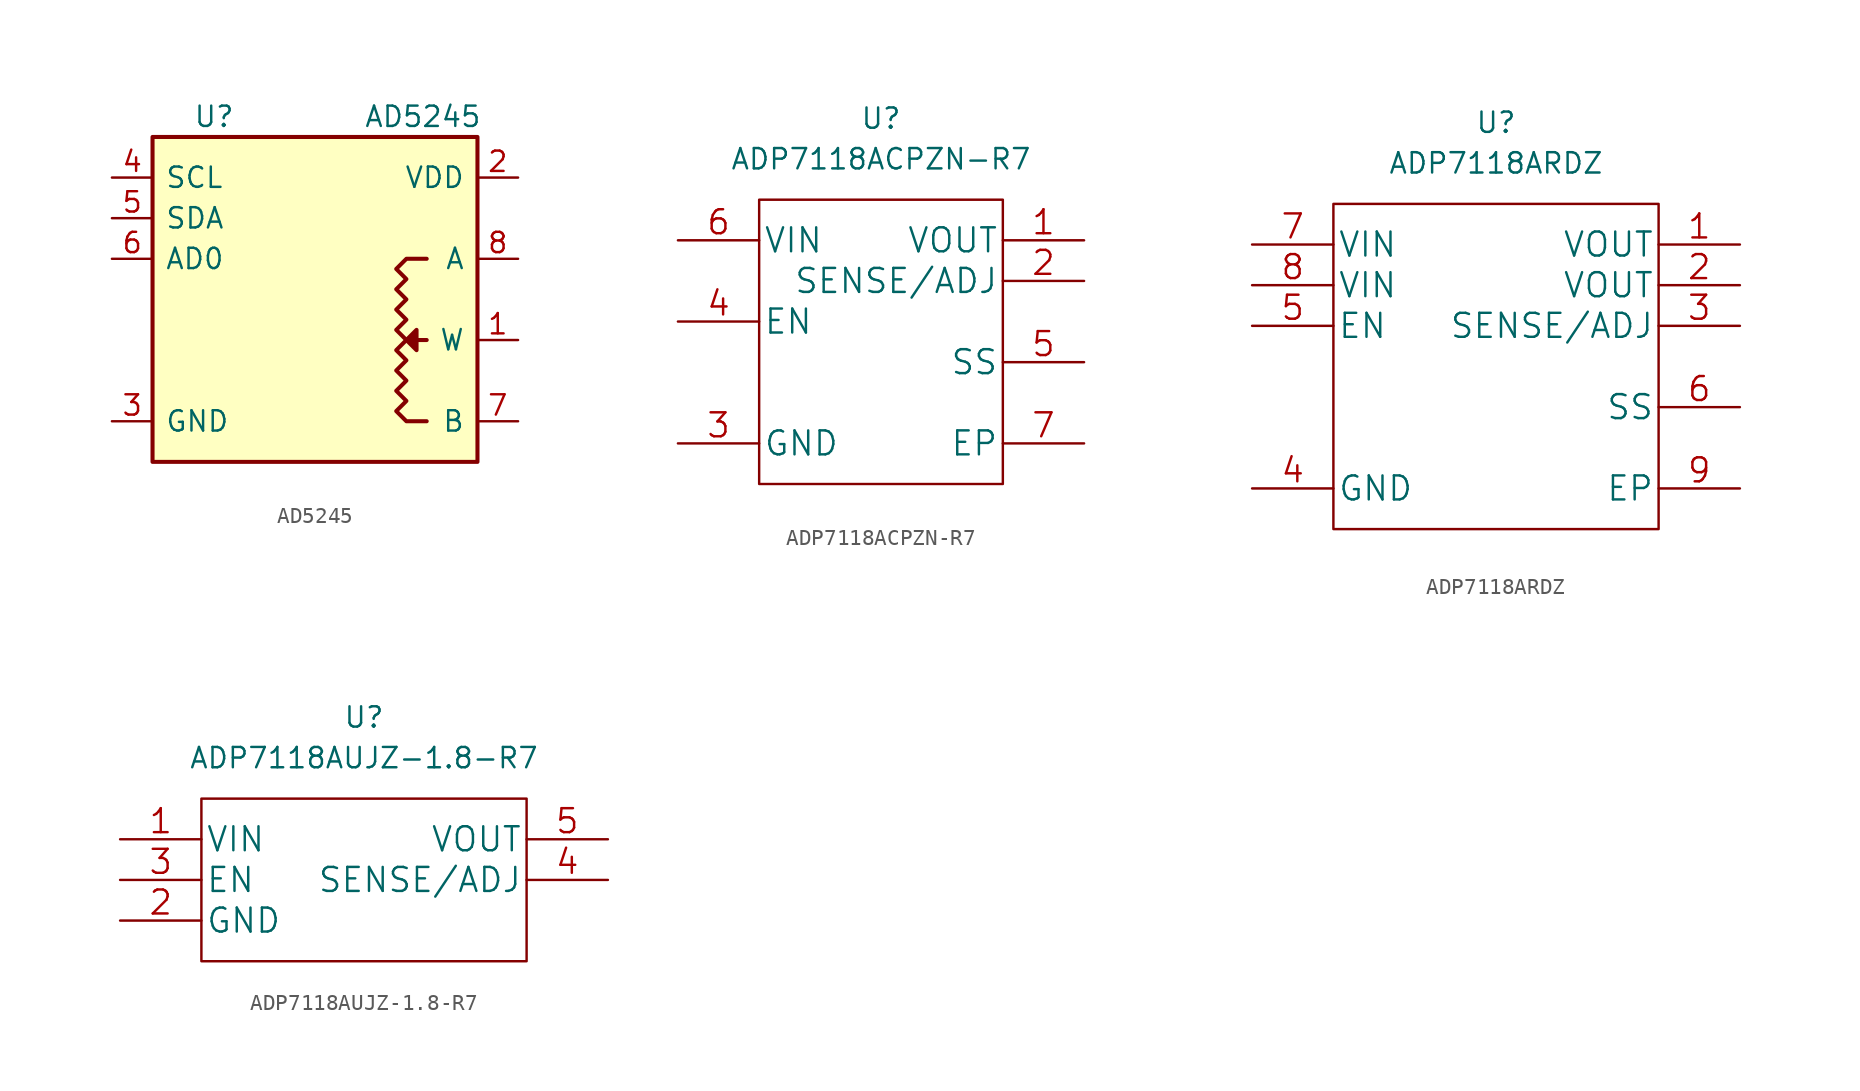
<source format=kicad_sym>
(kicad_symbol_lib
  (version 20231120)
  (generator "kicad_symbol_editor")
  (generator_version "8.0")
  (symbol "AD5245"
    (pin_names
      (offset 0.762))
    (property "Reference" "U"
      (at -7.62 11.43 0)
      (effects (font (size 1.27 1.27)) (justify left)))
    (property "Value" "AD5245"
      (at 3.048 11.43 0)
      (effects (font (size 1.27 1.27)) (justify left)))
    (symbol "AD5245_0_1"
      (rectangle (start -10.16 10.16) (end 10.16 -10.16) (stroke (width 0.254) (type default)) (fill (type background)))
      (polyline (pts (xy 6.985 -2.54) (xy 6.35 -2.54) (xy 5.715 -2.54) (xy 6.35 -1.905) (xy 6.35 -3.175) (xy 5.715 -2.54)) (stroke (width 0.254) (type default)) (fill (type outline))))
    (symbol "AD5245_1_1"
      (polyline (pts (xy 6.985 2.54) (xy 5.715 2.54) (xy 5.08 1.905) (xy 5.715 1.27) (xy 5.08 0.635) (xy 5.715 0) (xy 5.08 -0.635) (xy 5.715 -1.27) (xy 5.08 -1.905) (xy 5.715 -2.54) (xy 5.08 -3.175) (xy 5.715 -3.81) (xy 5.08 -4.445) (xy 5.715 -5.08) (xy 5.08 -5.715) (xy 5.715 -6.35) (xy 5.08 -6.985) (xy 5.715 -7.62) (xy 6.985 -7.62)) (stroke (width 0.254) (type default)) (fill (type none)))
      (pin passive line (at 12.7 -2.54 180) (length 2.54) (name "W" (effects (font (size 1.27 1.27)))) (number "1" (effects (font (size 1.27 1.27)))))
      (pin power_in line (at 12.7 7.62 180) (length 2.54) (name "VDD" (effects (font (size 1.27 1.27)))) (number "2" (effects (font (size 1.27 1.27)))))
      (pin power_in line (at -12.7 -7.62 0) (length 2.54) (name "GND" (effects (font (size 1.27 1.27)))) (number "3" (effects (font (size 1.27 1.27)))))
      (pin input line (at -12.7 7.62 0) (length 2.54) (name "SCL" (effects (font (size 1.27 1.27)))) (number "4" (effects (font (size 1.27 1.27)))))
      (pin bidirectional line (at -12.7 5.08 0) (length 2.54) (name "SDA" (effects (font (size 1.27 1.27)))) (number "5" (effects (font (size 1.27 1.27)))))
      (pin input line (at -12.7 2.54 0) (length 2.54) (name "AD0" (effects (font (size 1.27 1.27)))) (number "6" (effects (font (size 1.27 1.27)))))
      (pin passive line (at 12.7 -7.62 180) (length 2.54) (name "B" (effects (font (size 1.27 1.27)))) (number "7" (effects (font (size 1.27 1.27)))))
      (pin passive line (at 12.7 2.54 180) (length 2.54) (name "A" (effects (font (size 1.27 1.27)))) (number "8" (effects (font (size 1.27 1.27)))))))
  (symbol "ADP7118ACPZN-R7"
    (pin_names
      (offset 0.254))
    (property "Reference" "U"
      (at 0 12.7 0)
      (effects (font (size 1.27 1.27))))
    (property "Value" "ADP7118ACPZN-R7"
      (at 0 10.16 0)
      (effects (font (size 1.27 1.27))))
    (symbol "ADP7118ACPZN-R7_0_0"
      (rectangle (start -7.62 7.62) (end 7.62 -10.16) (stroke (width 0) (type default)) (fill (type none))))
    (symbol "ADP7118ACPZN-R7_1_0"
      (pin unspecified line (at 12.7 5.08 180) (length 5.08) (name "VOUT" (effects (font (size 1.499 1.499)))) (number "1" (effects (font (size 1.499 1.499)))))
      (pin unspecified line (at 12.7 2.54 180) (length 5.08) (name "SENSE/ADJ" (effects (font (size 1.499 1.499)))) (number "2" (effects (font (size 1.499 1.499)))))
      (pin unspecified line (at -12.7 -7.62 0) (length 5.08) (name "GND" (effects (font (size 1.499 1.499)))) (number "3" (effects (font (size 1.499 1.499)))))
      (pin unspecified line (at -12.7 0 0) (length 5.08) (name "EN" (effects (font (size 1.499 1.499)))) (number "4" (effects (font (size 1.499 1.499)))))
      (pin unspecified line (at 12.7 -2.54 180) (length 5.08) (name "SS" (effects (font (size 1.499 1.499)))) (number "5" (effects (font (size 1.499 1.499)))))
      (pin unspecified line (at -12.7 5.08 0) (length 5.08) (name "VIN" (effects (font (size 1.499 1.499)))) (number "6" (effects (font (size 1.499 1.499)))))
      (pin unspecified line (at 12.7 -7.62 180) (length 5.08) (name "EP" (effects (font (size 1.499 1.499)))) (number "7" (effects (font (size 1.499 1.499)))))))
  (symbol "ADP7118ARDZ"
    (pin_names
      (offset 0.254))
    (property "Reference" "U"
      (at 0 15.24 0)
      (effects (font (size 1.27 1.27))))
    (property "Value" "ADP7118ARDZ"
      (at 0 12.7 0)
      (effects (font (size 1.27 1.27))))
    (symbol "ADP7118ARDZ_0_0"
      (rectangle (start -10.16 10.16) (end 10.16 -10.16) (stroke (width 0) (type default)) (fill (type none))))
    (symbol "ADP7118ARDZ_1_0"
      (pin unspecified line (at 15.24 7.62 180) (length 5.08) (name "VOUT" (effects (font (size 1.499 1.499)))) (number "1" (effects (font (size 1.499 1.499)))))
      (pin unspecified line (at 15.24 5.08 180) (length 5.08) (name "VOUT" (effects (font (size 1.499 1.499)))) (number "2" (effects (font (size 1.499 1.499)))))
      (pin unspecified line (at 15.24 2.54 180) (length 5.08) (name "SENSE/ADJ" (effects (font (size 1.499 1.499)))) (number "3" (effects (font (size 1.499 1.499)))))
      (pin unspecified line (at -15.24 -7.62 0) (length 5.08) (name "GND" (effects (font (size 1.499 1.499)))) (number "4" (effects (font (size 1.499 1.499)))))
      (pin unspecified line (at -15.24 2.54 0) (length 5.08) (name "EN" (effects (font (size 1.499 1.499)))) (number "5" (effects (font (size 1.499 1.499)))))
      (pin unspecified line (at 15.24 -2.54 180) (length 5.08) (name "SS" (effects (font (size 1.499 1.499)))) (number "6" (effects (font (size 1.499 1.499)))))
      (pin unspecified line (at -15.24 7.62 0) (length 5.08) (name "VIN" (effects (font (size 1.499 1.499)))) (number "7" (effects (font (size 1.499 1.499)))))
      (pin unspecified line (at -15.24 5.08 0) (length 5.08) (name "VIN" (effects (font (size 1.499 1.499)))) (number "8" (effects (font (size 1.499 1.499)))))
      (pin unspecified line (at 15.24 -7.62 180) (length 5.08) (name "EP" (effects (font (size 1.499 1.499)))) (number "9" (effects (font (size 1.499 1.499)))))))
  (symbol "ADP7118AUJZ-1.8-R7"
    (pin_names
      (offset 0.254))
    (property "Reference" "U"
      (at 0 10.16 0)
      (effects (font (size 1.27 1.27))))
    (property "Value" "ADP7118AUJZ-1.8-R7"
      (at 0 7.62 0)
      (effects (font (size 1.27 1.27))))
    (symbol "ADP7118AUJZ-1.8-R7_0_0"
      (rectangle (start -10.16 5.08) (end 10.16 -5.08) (stroke (width 0) (type default)) (fill (type none))))
    (symbol "ADP7118AUJZ-1.8-R7_1_0"
      (pin unspecified line (at -15.24 2.54 0) (length 5.08) (name "VIN" (effects (font (size 1.499 1.499)))) (number "1" (effects (font (size 1.499 1.499)))))
      (pin unspecified line (at -15.24 -2.54 0) (length 5.08) (name "GND" (effects (font (size 1.499 1.499)))) (number "2" (effects (font (size 1.499 1.499)))))
      (pin unspecified line (at -15.24 0 0) (length 5.08) (name "EN" (effects (font (size 1.499 1.499)))) (number "3" (effects (font (size 1.499 1.499)))))
      (pin unspecified line (at 15.24 0 180) (length 5.08) (name "SENSE/ADJ" (effects (font (size 1.499 1.499)))) (number "4" (effects (font (size 1.499 1.499)))))
      (pin unspecified line (at 15.24 2.54 180) (length 5.08) (name "VOUT" (effects (font (size 1.499 1.499)))) (number "5" (effects (font (size 1.499 1.499))))))))
</source>
